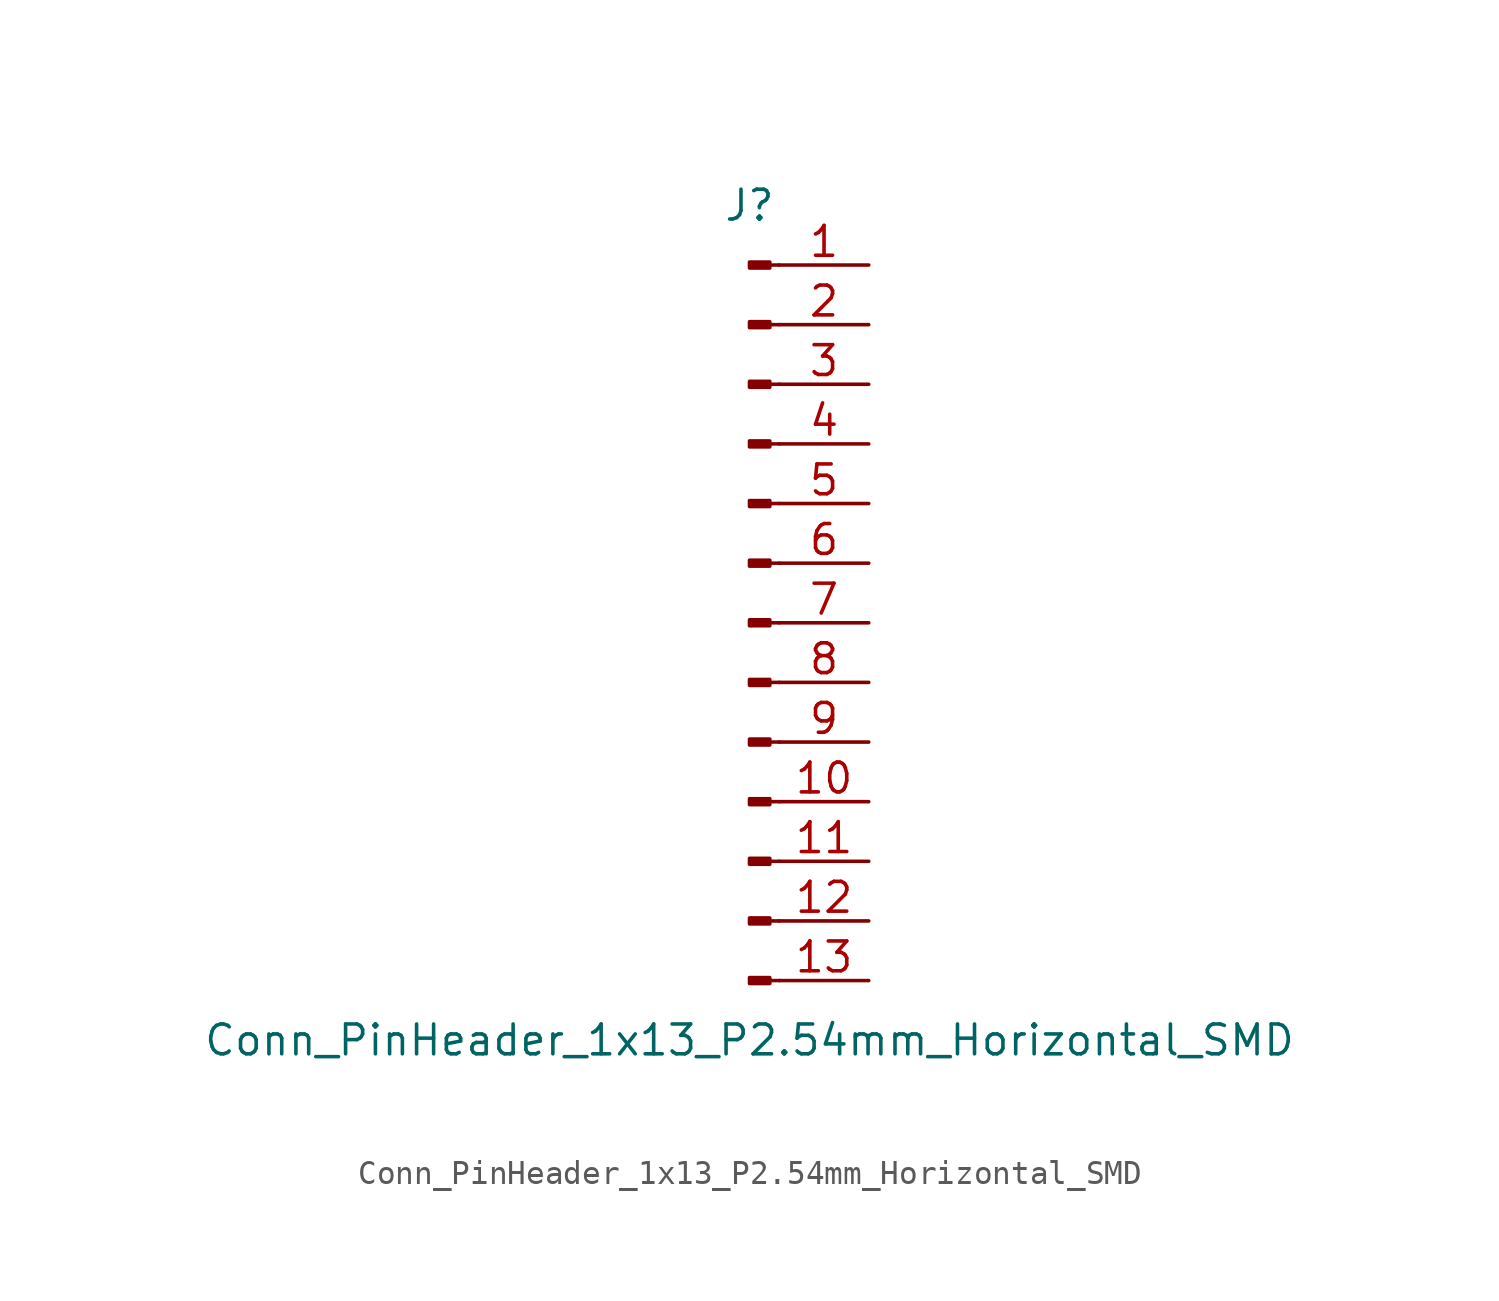
<source format=kicad_sym>
(kicad_symbol_lib
  (version 20211014)
  (generator kicad_symbol_editor)
  (symbol "Conn_PinHeader_1x13_P2.54mm_Horizontal_SMD"
    (pin_names
      (offset 1.016) hide)
    (property "Reference" "J"
      (at 0 17.78 0)
      (effects (font (size 1.27 1.27))))
    (property "Value" "Conn_PinHeader_1x13_P2.54mm_Horizontal_SMD"
      (at 0 -17.78 0)
      (effects (font (size 1.27 1.27))))
    (symbol "Conn_PinHeader_1x13_P2.54mm_Horizontal_SMD_1_1"
      (polyline (pts (xy 1.27 -15.24) (xy 0.864 -15.24)) (stroke (width 0.152) (type default) (color 0 0 0 0)) (fill (type none)))
      (polyline (pts (xy 1.27 -12.7) (xy 0.864 -12.7)) (stroke (width 0.152) (type default) (color 0 0 0 0)) (fill (type none)))
      (polyline (pts (xy 1.27 -10.16) (xy 0.864 -10.16)) (stroke (width 0.152) (type default) (color 0 0 0 0)) (fill (type none)))
      (polyline (pts (xy 1.27 -7.62) (xy 0.864 -7.62)) (stroke (width 0.152) (type default) (color 0 0 0 0)) (fill (type none)))
      (polyline (pts (xy 1.27 -5.08) (xy 0.864 -5.08)) (stroke (width 0.152) (type default) (color 0 0 0 0)) (fill (type none)))
      (polyline (pts (xy 1.27 -2.54) (xy 0.864 -2.54)) (stroke (width 0.152) (type default) (color 0 0 0 0)) (fill (type none)))
      (polyline (pts (xy 1.27 0) (xy 0.864 0)) (stroke (width 0.152) (type default) (color 0 0 0 0)) (fill (type none)))
      (polyline (pts (xy 1.27 2.54) (xy 0.864 2.54)) (stroke (width 0.152) (type default) (color 0 0 0 0)) (fill (type none)))
      (polyline (pts (xy 1.27 5.08) (xy 0.864 5.08)) (stroke (width 0.152) (type default) (color 0 0 0 0)) (fill (type none)))
      (polyline (pts (xy 1.27 7.62) (xy 0.864 7.62)) (stroke (width 0.152) (type default) (color 0 0 0 0)) (fill (type none)))
      (polyline (pts (xy 1.27 10.16) (xy 0.864 10.16)) (stroke (width 0.152) (type default) (color 0 0 0 0)) (fill (type none)))
      (polyline (pts (xy 1.27 12.7) (xy 0.864 12.7)) (stroke (width 0.152) (type default) (color 0 0 0 0)) (fill (type none)))
      (polyline (pts (xy 1.27 15.24) (xy 0.864 15.24)) (stroke (width 0.152) (type default) (color 0 0 0 0)) (fill (type none)))
      (rectangle (start 0.864 -15.113) (end 0 -15.367) (stroke (width 0.152) (type default) (color 0 0 0 0)) (fill (type outline)))
      (rectangle (start 0.864 -12.573) (end 0 -12.827) (stroke (width 0.152) (type default) (color 0 0 0 0)) (fill (type outline)))
      (rectangle (start 0.864 -10.033) (end 0 -10.287) (stroke (width 0.152) (type default) (color 0 0 0 0)) (fill (type outline)))
      (rectangle (start 0.864 -7.493) (end 0 -7.747) (stroke (width 0.152) (type default) (color 0 0 0 0)) (fill (type outline)))
      (rectangle (start 0.864 -4.953) (end 0 -5.207) (stroke (width 0.152) (type default) (color 0 0 0 0)) (fill (type outline)))
      (rectangle (start 0.864 -2.413) (end 0 -2.667) (stroke (width 0.152) (type default) (color 0 0 0 0)) (fill (type outline)))
      (rectangle (start 0.864 0.127) (end 0 -0.127) (stroke (width 0.152) (type default) (color 0 0 0 0)) (fill (type outline)))
      (rectangle (start 0.864 2.667) (end 0 2.413) (stroke (width 0.152) (type default) (color 0 0 0 0)) (fill (type outline)))
      (rectangle (start 0.864 5.207) (end 0 4.953) (stroke (width 0.152) (type default) (color 0 0 0 0)) (fill (type outline)))
      (rectangle (start 0.864 7.747) (end 0 7.493) (stroke (width 0.152) (type default) (color 0 0 0 0)) (fill (type outline)))
      (rectangle (start 0.864 10.287) (end 0 10.033) (stroke (width 0.152) (type default) (color 0 0 0 0)) (fill (type outline)))
      (rectangle (start 0.864 12.827) (end 0 12.573) (stroke (width 0.152) (type default) (color 0 0 0 0)) (fill (type outline)))
      (rectangle (start 0.864 15.367) (end 0 15.113) (stroke (width 0.152) (type default) (color 0 0 0 0)) (fill (type outline)))
      (pin passive line (at 5.08 15.24 180) (length 3.81) (name "Pin_1" (effects (font (size 1.27 1.27)))) (number "1" (effects (font (size 1.27 1.27)))))
      (pin passive line (at 5.08 -7.62 180) (length 3.81) (name "Pin_10" (effects (font (size 1.27 1.27)))) (number "10" (effects (font (size 1.27 1.27)))))
      (pin passive line (at 5.08 -10.16 180) (length 3.81) (name "Pin_11" (effects (font (size 1.27 1.27)))) (number "11" (effects (font (size 1.27 1.27)))))
      (pin passive line (at 5.08 -12.7 180) (length 3.81) (name "Pin_12" (effects (font (size 1.27 1.27)))) (number "12" (effects (font (size 1.27 1.27)))))
      (pin passive line (at 5.08 -15.24 180) (length 3.81) (name "Pin_13" (effects (font (size 1.27 1.27)))) (number "13" (effects (font (size 1.27 1.27)))))
      (pin passive line (at 5.08 12.7 180) (length 3.81) (name "Pin_2" (effects (font (size 1.27 1.27)))) (number "2" (effects (font (size 1.27 1.27)))))
      (pin passive line (at 5.08 10.16 180) (length 3.81) (name "Pin_3" (effects (font (size 1.27 1.27)))) (number "3" (effects (font (size 1.27 1.27)))))
      (pin passive line (at 5.08 7.62 180) (length 3.81) (name "Pin_4" (effects (font (size 1.27 1.27)))) (number "4" (effects (font (size 1.27 1.27)))))
      (pin passive line (at 5.08 5.08 180) (length 3.81) (name "Pin_5" (effects (font (size 1.27 1.27)))) (number "5" (effects (font (size 1.27 1.27)))))
      (pin passive line (at 5.08 2.54 180) (length 3.81) (name "Pin_6" (effects (font (size 1.27 1.27)))) (number "6" (effects (font (size 1.27 1.27)))))
      (pin passive line (at 5.08 0 180) (length 3.81) (name "Pin_7" (effects (font (size 1.27 1.27)))) (number "7" (effects (font (size 1.27 1.27)))))
      (pin passive line (at 5.08 -2.54 180) (length 3.81) (name "Pin_8" (effects (font (size 1.27 1.27)))) (number "8" (effects (font (size 1.27 1.27)))))
      (pin passive line (at 5.08 -5.08 180) (length 3.81) (name "Pin_9" (effects (font (size 1.27 1.27)))) (number "9" (effects (font (size 1.27 1.27))))))))
</source>
